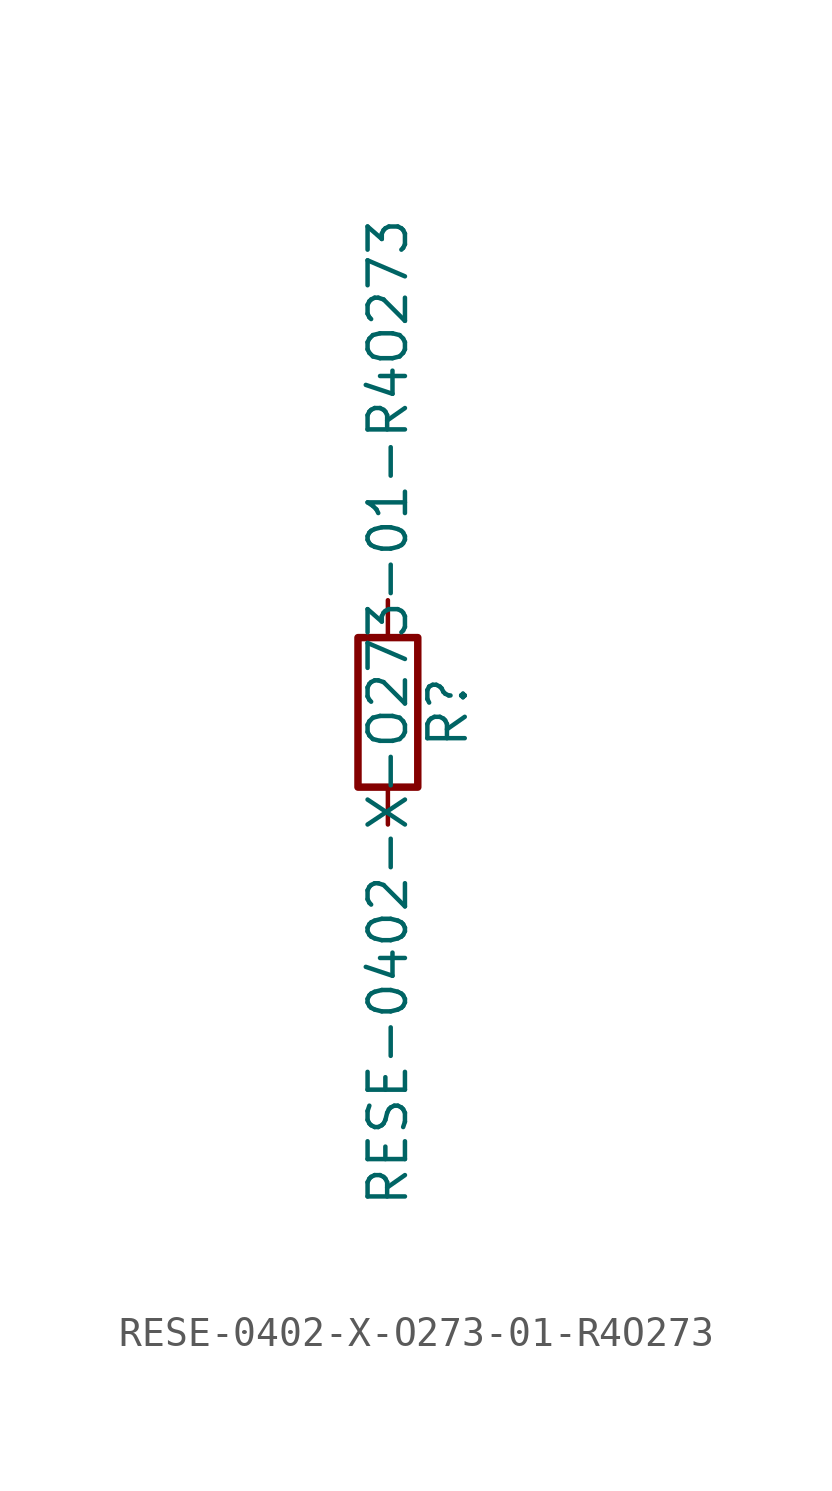
<source format=kicad_sym>
(kicad_symbol_lib
  (version 20211014)
  (generator kicad_symbol_editor)
  (symbol "RESE-0402-X-O273-01-R4O273"
    (pin_numbers hide)
    (pin_names
      (offset 0))
    (property "Reference" "R"
      (at 2.032 0 90)
      (effects (font (size 1.27 1.27))))
    (property "Value" "RESE-0402-X-O273-01-R4O273"
      (at 0 0 90)
      (effects (font (size 1.27 1.27))))
    (symbol "RESE-0402-X-O273-01-R4O273_0_1"
      (rectangle (start -1.016 -2.54) (end 1.016 2.54) (stroke (width 0.254) (type default) (color 0 0 0 0)) (fill (type none))))
    (symbol "RESE-0402-X-O273-01-R4O273_1_1"
      (pin passive line (at 0 3.81 270) (length 1.27) (name "~" (effects (font (size 1.27 1.27)))) (number "1" (effects (font (size 1.27 1.27)))))
      (pin passive line (at 0 -3.81 90) (length 1.27) (name "~" (effects (font (size 1.27 1.27)))) (number "2" (effects (font (size 1.27 1.27))))))))
</source>
